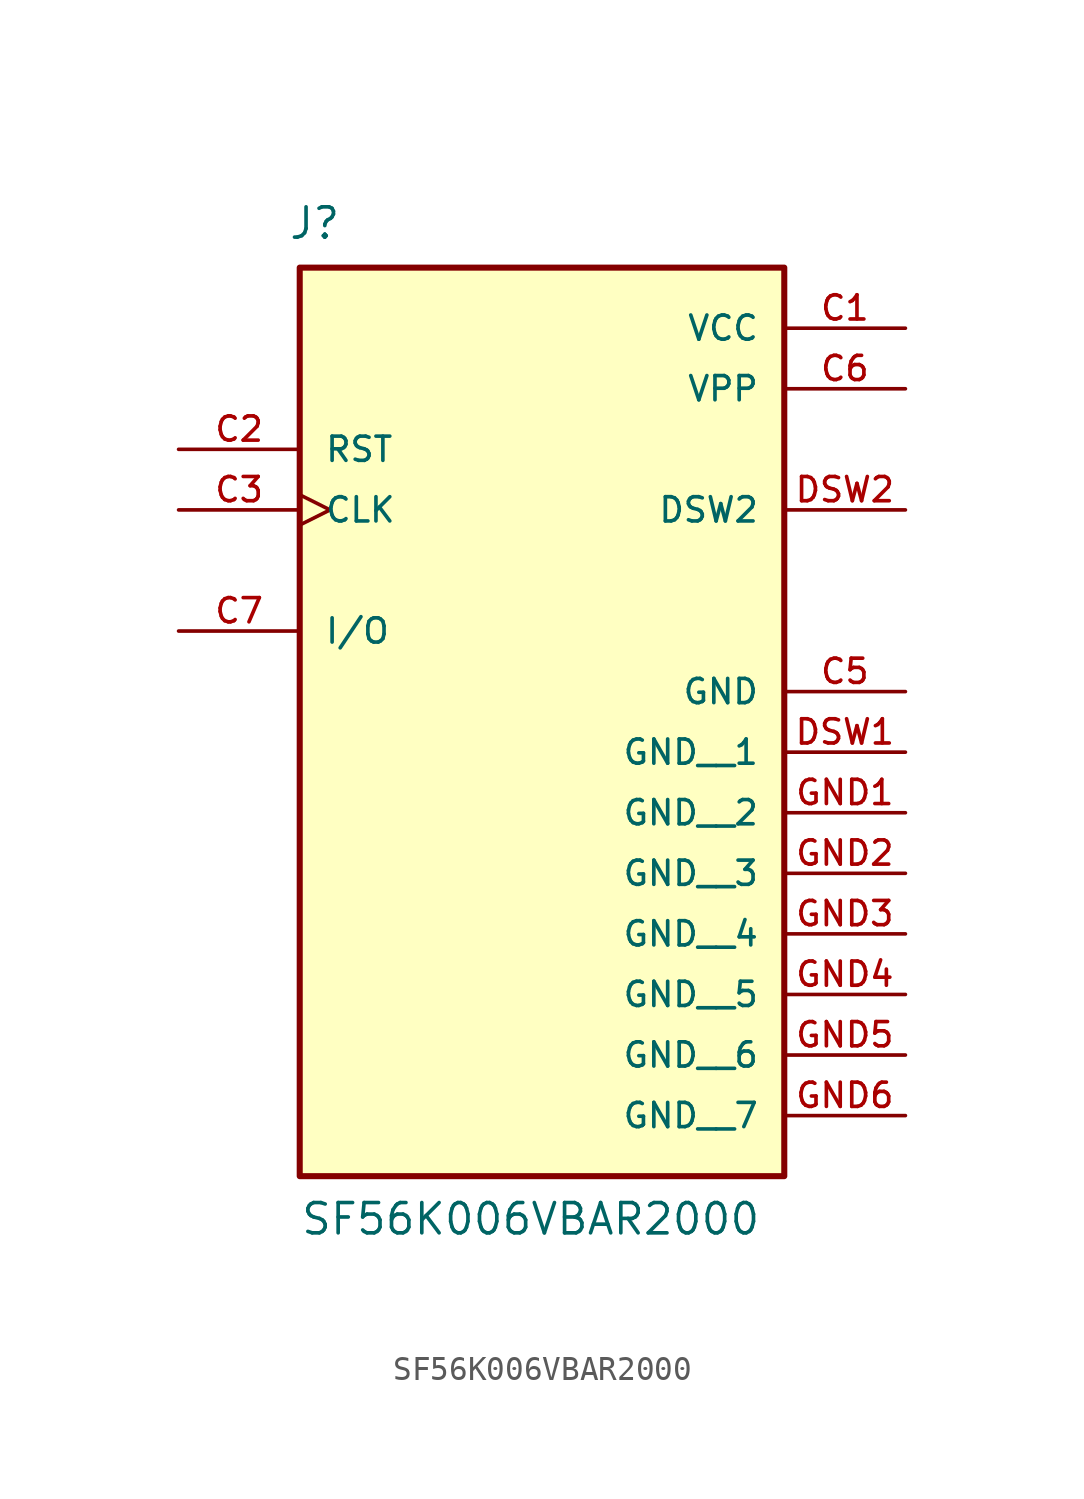
<source format=kicad_sym>
(kicad_symbol_lib
  (version 20211014)
  (generator kicad_symbol_editor)
  (symbol "SF56K006VBAR2000"
    (pin_names
      (offset 1.016))
    (property "Reference" "J"
      (at -10.66 11.276 0)
      (effects (font (size 1.27 1.27)) (justify bottom left)))
    (property "Value" "SF56K006VBAR2000"
      (at -10.16 -30.48 0)
      (effects (font (size 1.27 1.27)) (justify bottom left)))
    (symbol "SF56K006VBAR2000_0_0"
      (rectangle (start -10.16 -27.94) (end 10.16 10.16) (stroke (width 0.254)) (fill (type background)))
      (pin power_in line (at 15.24 7.62 180.0) (length 5.08) (name "VCC" (effects (font (size 1.016 1.016)))) (number "C1" (effects (font (size 1.016 1.016)))))
      (pin input line (at -15.24 2.54 0) (length 5.08) (name "RST" (effects (font (size 1.016 1.016)))) (number "C2" (effects (font (size 1.016 1.016)))))
      (pin input clock (at -15.24 0.0 0) (length 5.08) (name "CLK" (effects (font (size 1.016 1.016)))) (number "C3" (effects (font (size 1.016 1.016)))))
      (pin power_in line (at 15.24 -7.62 180.0) (length 5.08) (name "GND" (effects (font (size 1.016 1.016)))) (number "C5" (effects (font (size 1.016 1.016)))))
      (pin power_in line (at 15.24 5.08 180.0) (length 5.08) (name "VPP" (effects (font (size 1.016 1.016)))) (number "C6" (effects (font (size 1.016 1.016)))))
      (pin bidirectional line (at -15.24 -5.08 0) (length 5.08) (name "I/O" (effects (font (size 1.016 1.016)))) (number "C7" (effects (font (size 1.016 1.016)))))
      (pin output line (at 15.24 0.0 180.0) (length 5.08) (name "DSW2" (effects (font (size 1.016 1.016)))) (number "DSW2" (effects (font (size 1.016 1.016)))))
      (pin power_in line (at 15.24 -10.16 180.0) (length 5.08) (name "GND__1" (effects (font (size 1.016 1.016)))) (number "DSW1" (effects (font (size 1.016 1.016)))))
      (pin power_in line (at 15.24 -12.7 180.0) (length 5.08) (name "GND__2" (effects (font (size 1.016 1.016)))) (number "GND1" (effects (font (size 1.016 1.016)))))
      (pin power_in line (at 15.24 -15.24 180.0) (length 5.08) (name "GND__3" (effects (font (size 1.016 1.016)))) (number "GND2" (effects (font (size 1.016 1.016)))))
      (pin power_in line (at 15.24 -17.78 180.0) (length 5.08) (name "GND__4" (effects (font (size 1.016 1.016)))) (number "GND3" (effects (font (size 1.016 1.016)))))
      (pin power_in line (at 15.24 -20.32 180.0) (length 5.08) (name "GND__5" (effects (font (size 1.016 1.016)))) (number "GND4" (effects (font (size 1.016 1.016)))))
      (pin power_in line (at 15.24 -22.86 180.0) (length 5.08) (name "GND__6" (effects (font (size 1.016 1.016)))) (number "GND5" (effects (font (size 1.016 1.016)))))
      (pin power_in line (at 15.24 -25.4 180.0) (length 5.08) (name "GND__7" (effects (font (size 1.016 1.016)))) (number "GND6" (effects (font (size 1.016 1.016))))))))
</source>
